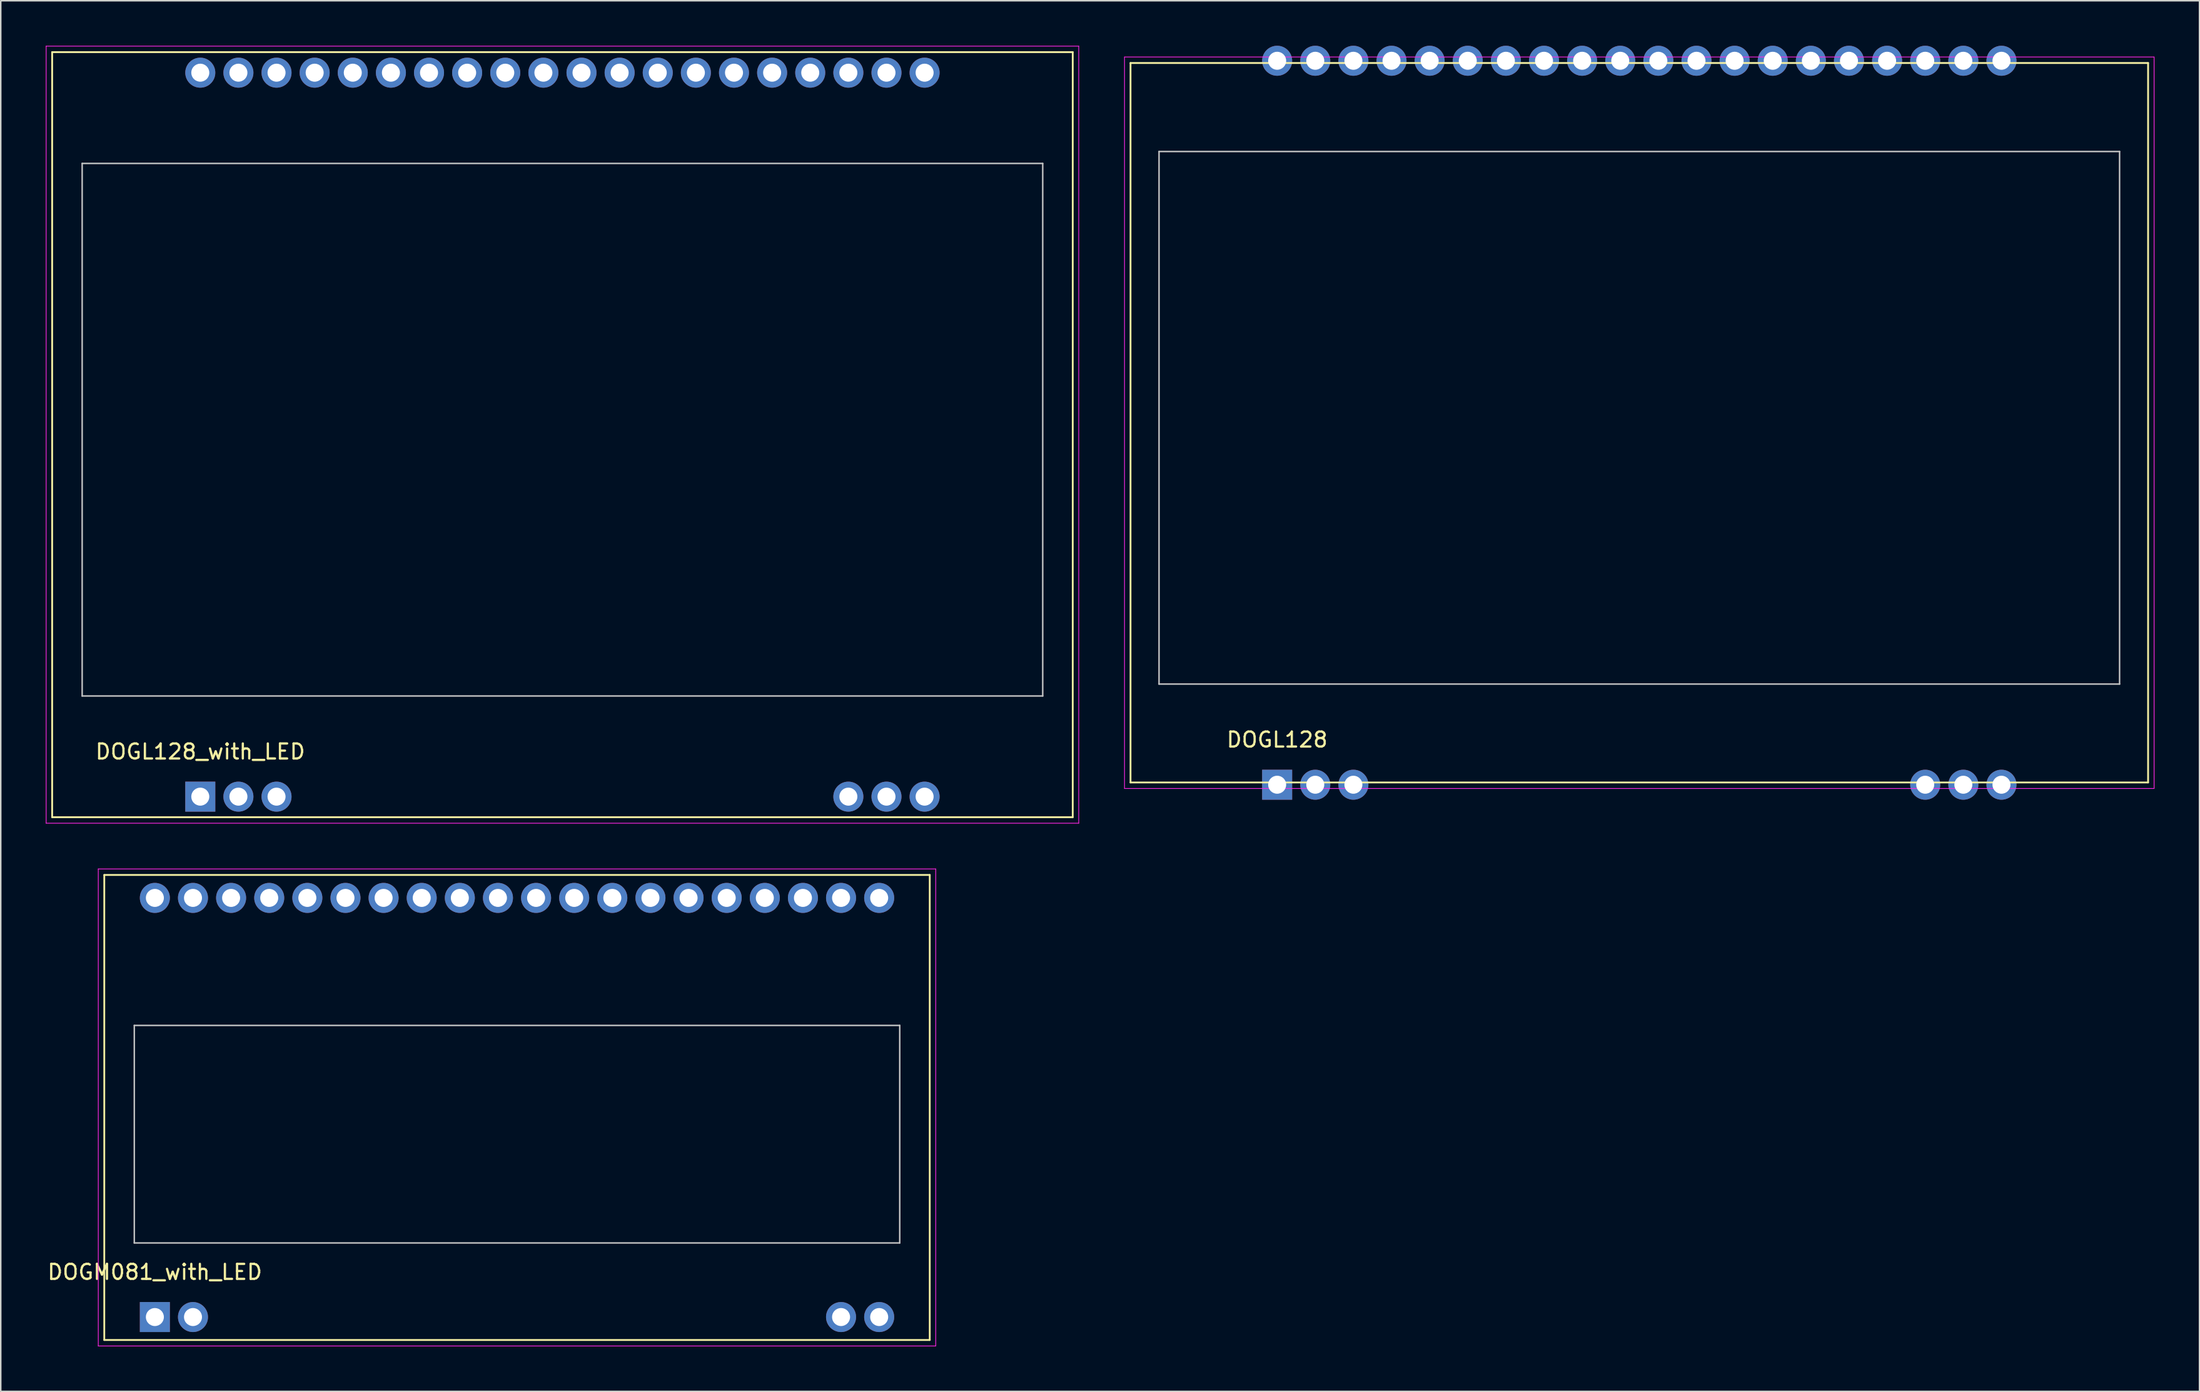
<source format=kicad_pcb>
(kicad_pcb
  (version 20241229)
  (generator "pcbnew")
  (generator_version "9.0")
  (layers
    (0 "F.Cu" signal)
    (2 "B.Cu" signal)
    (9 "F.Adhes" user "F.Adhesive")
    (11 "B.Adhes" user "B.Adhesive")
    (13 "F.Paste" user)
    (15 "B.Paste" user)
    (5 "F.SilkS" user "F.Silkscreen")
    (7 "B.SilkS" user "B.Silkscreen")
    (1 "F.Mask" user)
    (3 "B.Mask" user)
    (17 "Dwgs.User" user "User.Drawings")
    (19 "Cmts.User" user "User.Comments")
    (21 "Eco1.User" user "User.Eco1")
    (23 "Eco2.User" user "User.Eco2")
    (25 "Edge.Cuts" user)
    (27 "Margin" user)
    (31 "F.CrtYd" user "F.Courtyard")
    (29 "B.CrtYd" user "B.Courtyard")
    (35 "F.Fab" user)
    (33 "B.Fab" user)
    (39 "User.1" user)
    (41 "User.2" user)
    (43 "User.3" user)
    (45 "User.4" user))
  (footprint "DOGM081_with_LED"
    (layer "F.Cu")
    (at 7.268 84.745)
    (property "Reference" "DOGM081_with_LED" (at 0 -3 0) (layer "F.SilkS") (effects (font (size 1 1) (thickness 0.15))))
    (attr through_hole)
    (fp_line (start -3.37 -29.47) (end -3.37 1.53) (stroke (width 0.12) (type solid)) (layer "F.SilkS"))
    (fp_line (start -3.37 1.53) (end 51.63 1.53) (stroke (width 0.12) (type solid)) (layer "F.SilkS"))
    (fp_line (start 51.63 -29.47) (end -3.37 -29.47) (stroke (width 0.12) (type solid)) (layer "F.SilkS"))
    (fp_line (start 51.63 1.53) (end 51.63 -29.47) (stroke (width 0.12) (type solid)) (layer "F.SilkS"))
    (fp_line (start -1.37 -19.44) (end -1.37 -4.94) (stroke (width 0.1) (type solid)) (layer "Dwgs.User"))
    (fp_line (start -1.37 -4.94) (end 49.63 -4.94) (stroke (width 0.1) (type solid)) (layer "Dwgs.User"))
    (fp_line (start 49.63 -19.44) (end -1.37 -19.44) (stroke (width 0.1) (type solid)) (layer "Dwgs.User"))
    (fp_line (start 49.63 -4.94) (end 49.63 -19.44) (stroke (width 0.1) (type solid)) (layer "Dwgs.User"))
    (fp_line (start -3.77 -29.87) (end -3.77 1.93) (stroke (width 0.05) (type solid)) (layer "F.CrtYd"))
    (fp_line (start -3.77 1.93) (end 52.03 1.93) (stroke (width 0.05) (type solid)) (layer "F.CrtYd"))
    (fp_line (start 52.03 -29.87) (end -3.77 -29.87) (stroke (width 0.05) (type solid)) (layer "F.CrtYd"))
    (fp_line (start 52.03 1.93) (end 52.03 -29.87) (stroke (width 0.05) (type solid)) (layer "F.CrtYd"))
    (pad "1" thru_hole rect (at 0 0) (size 2 2) (drill 1.2) (layers "*.Cu" "*.Mask"))
    (pad "2" thru_hole circle (at 2.54 0) (size 2 2) (drill 1.2) (layers "*.Cu" "*.Mask"))
    (pad "19" thru_hole circle (at 45.72 0) (size 2 2) (drill 1.2) (layers "*.Cu" "*.Mask"))
    (pad "20" thru_hole circle (at 48.26 0) (size 2 2) (drill 1.2) (layers "*.Cu" "*.Mask"))
    (pad "21" thru_hole circle (at 48.26 -27.94) (size 2 2) (drill 1.2) (layers "*.Cu" "*.Mask"))
    (pad "22" thru_hole circle (at 45.72 -27.94) (size 2 2) (drill 1.2) (layers "*.Cu" "*.Mask"))
    (pad "23" thru_hole circle (at 43.18 -27.94) (size 2 2) (drill 1.2) (layers "*.Cu" "*.Mask"))
    (pad "24" thru_hole circle (at 40.64 -27.94) (size 2 2) (drill 1.2) (layers "*.Cu" "*.Mask"))
    (pad "25" thru_hole circle (at 38.1 -27.94) (size 2 2) (drill 1.2) (layers "*.Cu" "*.Mask"))
    (pad "26" thru_hole circle (at 35.56 -27.94) (size 2 2) (drill 1.2) (layers "*.Cu" "*.Mask"))
    (pad "27" thru_hole circle (at 33.02 -27.94) (size 2 2) (drill 1.2) (layers "*.Cu" "*.Mask"))
    (pad "28" thru_hole circle (at 30.48 -27.94) (size 2 2) (drill 1.2) (layers "*.Cu" "*.Mask"))
    (pad "29" thru_hole circle (at 27.94 -27.94) (size 2 2) (drill 1.2) (layers "*.Cu" "*.Mask"))
    (pad "30" thru_hole circle (at 25.4 -27.94) (size 2 2) (drill 1.2) (layers "*.Cu" "*.Mask"))
    (pad "31" thru_hole circle (at 22.86 -27.94) (size 2 2) (drill 1.2) (layers "*.Cu" "*.Mask"))
    (pad "32" thru_hole circle (at 20.32 -27.94) (size 2 2) (drill 1.2) (layers "*.Cu" "*.Mask"))
    (pad "33" thru_hole circle (at 17.78 -27.94) (size 2 2) (drill 1.2) (layers "*.Cu" "*.Mask"))
    (pad "34" thru_hole circle (at 15.24 -27.94) (size 2 2) (drill 1.2) (layers "*.Cu" "*.Mask"))
    (pad "35" thru_hole circle (at 12.7 -27.94) (size 2 2) (drill 1.2) (layers "*.Cu" "*.Mask"))
    (pad "36" thru_hole circle (at 10.16 -27.94) (size 2 2) (drill 1.2) (layers "*.Cu" "*.Mask"))
    (pad "37" thru_hole circle (at 7.62 -27.94) (size 2 2) (drill 1.2) (layers "*.Cu" "*.Mask"))
    (pad "38" thru_hole circle (at 5.08 -27.94) (size 2 2) (drill 1.2) (layers "*.Cu" "*.Mask"))
    (pad "39" thru_hole circle (at 2.54 -27.94) (size 2 2) (drill 1.2) (layers "*.Cu" "*.Mask"))
    (pad "40" thru_hole circle (at 0 -27.94) (size 2 2) (drill 1.2) (layers "*.Cu" "*.Mask")))
  (footprint "DOGL128"
    (layer "F.Cu")
    (at 82.045 49.26)
    (property "Reference" "DOGL128" (at 0 -3 0) (layer "F.SilkS") (effects (font (size 1 1) (thickness 0.15))))
    (attr through_hole)
    (fp_line (start -9.77 -48.11) (end -9.77 -0.15) (stroke (width 0.12) (type solid)) (layer "F.SilkS"))
    (fp_line (start -9.77 -0.15) (end 58.03 -0.15) (stroke (width 0.12) (type solid)) (layer "F.SilkS"))
    (fp_line (start 58.03 -48.11) (end -9.77 -48.11) (stroke (width 0.12) (type solid)) (layer "F.SilkS"))
    (fp_line (start 58.03 -0.15) (end 58.03 -48.11) (stroke (width 0.12) (type solid)) (layer "F.SilkS"))
    (fp_line (start -7.87 -42.21) (end -7.87 -6.71) (stroke (width 0.1) (type solid)) (layer "Dwgs.User"))
    (fp_line (start -7.87 -6.71) (end 56.13 -6.71) (stroke (width 0.1) (type solid)) (layer "Dwgs.User"))
    (fp_line (start 56.13 -42.21) (end -7.87 -42.21) (stroke (width 0.1) (type solid)) (layer "Dwgs.User"))
    (fp_line (start 56.13 -6.71) (end 56.13 -42.21) (stroke (width 0.1) (type solid)) (layer "Dwgs.User"))
    (fp_line (start -10.17 -48.51) (end -10.17 0.25) (stroke (width 0.05) (type solid)) (layer "F.CrtYd"))
    (fp_line (start -10.17 0.25) (end 58.43 0.25) (stroke (width 0.05) (type solid)) (layer "F.CrtYd"))
    (fp_line (start 58.43 -48.51) (end -10.17 -48.51) (stroke (width 0.05) (type solid)) (layer "F.CrtYd"))
    (fp_line (start 58.43 0.25) (end 58.43 -48.51) (stroke (width 0.05) (type solid)) (layer "F.CrtYd"))
    (pad "1" thru_hole rect (at 0 0) (size 2 2) (drill 1.2) (layers "*.Cu" "*.Mask"))
    (pad "2" thru_hole circle (at 2.54 0) (size 2 2) (drill 1.2) (layers "*.Cu" "*.Mask"))
    (pad "3" thru_hole circle (at 5.08 0) (size 2 2) (drill 1.2) (layers "*.Cu" "*.Mask"))
    (pad "18" thru_hole circle (at 43.18 0) (size 2 2) (drill 1.2) (layers "*.Cu" "*.Mask"))
    (pad "19" thru_hole circle (at 45.72 0) (size 2 2) (drill 1.2) (layers "*.Cu" "*.Mask"))
    (pad "20" thru_hole circle (at 48.26 0) (size 2 2) (drill 1.2) (layers "*.Cu" "*.Mask"))
    (pad "21" thru_hole circle (at 48.26 -48.26) (size 2 2) (drill 1.2) (layers "*.Cu" "*.Mask"))
    (pad "22" thru_hole circle (at 45.72 -48.26) (size 2 2) (drill 1.2) (layers "*.Cu" "*.Mask"))
    (pad "23" thru_hole circle (at 43.18 -48.26) (size 2 2) (drill 1.2) (layers "*.Cu" "*.Mask"))
    (pad "24" thru_hole circle (at 40.64 -48.26) (size 2 2) (drill 1.2) (layers "*.Cu" "*.Mask"))
    (pad "25" thru_hole circle (at 38.1 -48.26) (size 2 2) (drill 1.2) (layers "*.Cu" "*.Mask"))
    (pad "26" thru_hole circle (at 35.56 -48.26) (size 2 2) (drill 1.2) (layers "*.Cu" "*.Mask"))
    (pad "27" thru_hole circle (at 33.02 -48.26) (size 2 2) (drill 1.2) (layers "*.Cu" "*.Mask"))
    (pad "28" thru_hole circle (at 30.48 -48.26) (size 2 2) (drill 1.2) (layers "*.Cu" "*.Mask"))
    (pad "29" thru_hole circle (at 27.94 -48.26) (size 2 2) (drill 1.2) (layers "*.Cu" "*.Mask"))
    (pad "30" thru_hole circle (at 25.4 -48.26) (size 2 2) (drill 1.2) (layers "*.Cu" "*.Mask"))
    (pad "31" thru_hole circle (at 22.86 -48.26) (size 2 2) (drill 1.2) (layers "*.Cu" "*.Mask"))
    (pad "32" thru_hole circle (at 20.32 -48.26) (size 2 2) (drill 1.2) (layers "*.Cu" "*.Mask"))
    (pad "33" thru_hole circle (at 17.78 -48.26) (size 2 2) (drill 1.2) (layers "*.Cu" "*.Mask"))
    (pad "34" thru_hole circle (at 15.24 -48.26) (size 2 2) (drill 1.2) (layers "*.Cu" "*.Mask"))
    (pad "35" thru_hole circle (at 12.7 -48.26) (size 2 2) (drill 1.2) (layers "*.Cu" "*.Mask"))
    (pad "36" thru_hole circle (at 10.16 -48.26) (size 2 2) (drill 1.2) (layers "*.Cu" "*.Mask"))
    (pad "37" thru_hole circle (at 7.62 -48.26) (size 2 2) (drill 1.2) (layers "*.Cu" "*.Mask"))
    (pad "38" thru_hole circle (at 5.08 -48.26) (size 2 2) (drill 1.2) (layers "*.Cu" "*.Mask"))
    (pad "39" thru_hole circle (at 2.54 -48.26) (size 2 2) (drill 1.2) (layers "*.Cu" "*.Mask"))
    (pad "40" thru_hole circle (at 0 -48.26) (size 2 2) (drill 1.2) (layers "*.Cu" "*.Mask")))
  (footprint "DOGL128_with_LED"
    (layer "F.Cu")
    (at 10.295 50.055)
    (property "Reference" "DOGL128_with_LED" (at 0 -3 0) (layer "F.SilkS") (effects (font (size 1 1) (thickness 0.15))))
    (attr through_hole)
    (fp_line (start -9.87 -49.63) (end -9.87 1.37) (stroke (width 0.12) (type solid)) (layer "F.SilkS"))
    (fp_line (start -9.87 1.37) (end 58.13 1.37) (stroke (width 0.12) (type solid)) (layer "F.SilkS"))
    (fp_line (start 58.13 -49.63) (end -9.87 -49.63) (stroke (width 0.12) (type solid)) (layer "F.SilkS"))
    (fp_line (start 58.13 1.37) (end 58.13 -49.63) (stroke (width 0.12) (type solid)) (layer "F.SilkS"))
    (fp_line (start -7.87 -42.21) (end -7.87 -6.71) (stroke (width 0.1) (type solid)) (layer "Dwgs.User"))
    (fp_line (start -7.87 -6.71) (end 56.13 -6.71) (stroke (width 0.1) (type solid)) (layer "Dwgs.User"))
    (fp_line (start 56.13 -42.21) (end -7.87 -42.21) (stroke (width 0.1) (type solid)) (layer "Dwgs.User"))
    (fp_line (start 56.13 -6.71) (end 56.13 -42.21) (stroke (width 0.1) (type solid)) (layer "Dwgs.User"))
    (fp_line (start -10.27 -50.03) (end -10.27 1.77) (stroke (width 0.05) (type solid)) (layer "F.CrtYd"))
    (fp_line (start -10.27 1.77) (end 58.53 1.77) (stroke (width 0.05) (type solid)) (layer "F.CrtYd"))
    (fp_line (start 58.53 -50.03) (end -10.27 -50.03) (stroke (width 0.05) (type solid)) (layer "F.CrtYd"))
    (fp_line (start 58.53 1.77) (end 58.53 -50.03) (stroke (width 0.05) (type solid)) (layer "F.CrtYd"))
    (pad "1" thru_hole rect (at 0 0) (size 2 2) (drill 1.2) (layers "*.Cu" "*.Mask"))
    (pad "2" thru_hole circle (at 2.54 0) (size 2 2) (drill 1.2) (layers "*.Cu" "*.Mask"))
    (pad "3" thru_hole circle (at 5.08 0) (size 2 2) (drill 1.2) (layers "*.Cu" "*.Mask"))
    (pad "18" thru_hole circle (at 43.18 0) (size 2 2) (drill 1.2) (layers "*.Cu" "*.Mask"))
    (pad "19" thru_hole circle (at 45.72 0) (size 2 2) (drill 1.2) (layers "*.Cu" "*.Mask"))
    (pad "20" thru_hole circle (at 48.26 0) (size 2 2) (drill 1.2) (layers "*.Cu" "*.Mask"))
    (pad "21" thru_hole circle (at 48.26 -48.26) (size 2 2) (drill 1.2) (layers "*.Cu" "*.Mask"))
    (pad "22" thru_hole circle (at 45.72 -48.26) (size 2 2) (drill 1.2) (layers "*.Cu" "*.Mask"))
    (pad "23" thru_hole circle (at 43.18 -48.26) (size 2 2) (drill 1.2) (layers "*.Cu" "*.Mask"))
    (pad "24" thru_hole circle (at 40.64 -48.26) (size 2 2) (drill 1.2) (layers "*.Cu" "*.Mask"))
    (pad "25" thru_hole circle (at 38.1 -48.26) (size 2 2) (drill 1.2) (layers "*.Cu" "*.Mask"))
    (pad "26" thru_hole circle (at 35.56 -48.26) (size 2 2) (drill 1.2) (layers "*.Cu" "*.Mask"))
    (pad "27" thru_hole circle (at 33.02 -48.26) (size 2 2) (drill 1.2) (layers "*.Cu" "*.Mask"))
    (pad "28" thru_hole circle (at 30.48 -48.26) (size 2 2) (drill 1.2) (layers "*.Cu" "*.Mask"))
    (pad "29" thru_hole circle (at 27.94 -48.26) (size 2 2) (drill 1.2) (layers "*.Cu" "*.Mask"))
    (pad "30" thru_hole circle (at 25.4 -48.26) (size 2 2) (drill 1.2) (layers "*.Cu" "*.Mask"))
    (pad "31" thru_hole circle (at 22.86 -48.26) (size 2 2) (drill 1.2) (layers "*.Cu" "*.Mask"))
    (pad "32" thru_hole circle (at 20.32 -48.26) (size 2 2) (drill 1.2) (layers "*.Cu" "*.Mask"))
    (pad "33" thru_hole circle (at 17.78 -48.26) (size 2 2) (drill 1.2) (layers "*.Cu" "*.Mask"))
    (pad "34" thru_hole circle (at 15.24 -48.26) (size 2 2) (drill 1.2) (layers "*.Cu" "*.Mask"))
    (pad "35" thru_hole circle (at 12.7 -48.26) (size 2 2) (drill 1.2) (layers "*.Cu" "*.Mask"))
    (pad "36" thru_hole circle (at 10.16 -48.26) (size 2 2) (drill 1.2) (layers "*.Cu" "*.Mask"))
    (pad "37" thru_hole circle (at 7.62 -48.26) (size 2 2) (drill 1.2) (layers "*.Cu" "*.Mask"))
    (pad "38" thru_hole circle (at 5.08 -48.26) (size 2 2) (drill 1.2) (layers "*.Cu" "*.Mask"))
    (pad "39" thru_hole circle (at 2.54 -48.26) (size 2 2) (drill 1.2) (layers "*.Cu" "*.Mask"))
    (pad "40" thru_hole circle (at 0 -48.26) (size 2 2) (drill 1.2) (layers "*.Cu" "*.Mask")))
  (gr_rect
    (start -3 -3)
    (end 143.5 89.7)
    (stroke (width 0.1) (type default))
    (fill no)
    (layer "Edge.Cuts")))
</source>
